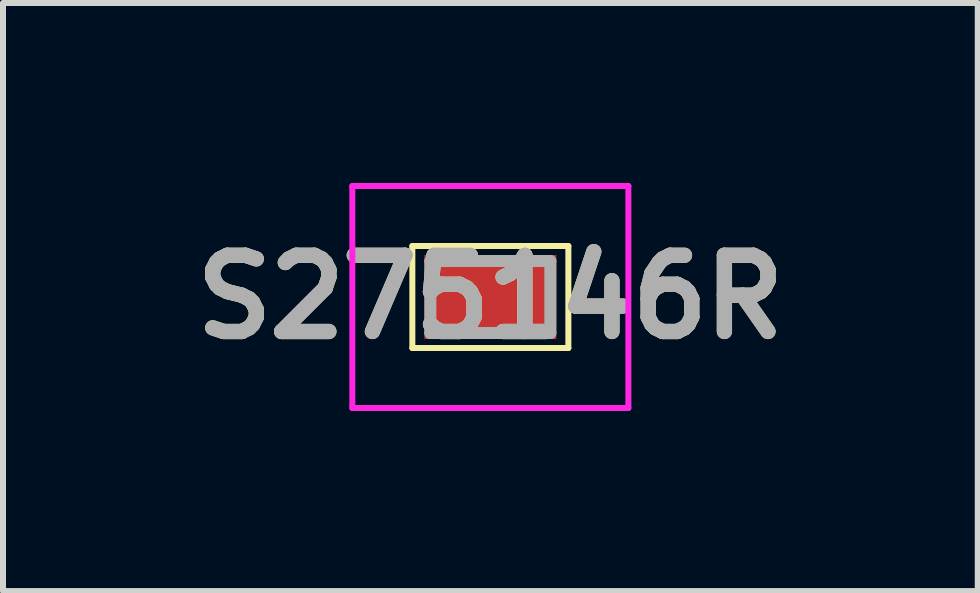
<source format=kicad_pcb>
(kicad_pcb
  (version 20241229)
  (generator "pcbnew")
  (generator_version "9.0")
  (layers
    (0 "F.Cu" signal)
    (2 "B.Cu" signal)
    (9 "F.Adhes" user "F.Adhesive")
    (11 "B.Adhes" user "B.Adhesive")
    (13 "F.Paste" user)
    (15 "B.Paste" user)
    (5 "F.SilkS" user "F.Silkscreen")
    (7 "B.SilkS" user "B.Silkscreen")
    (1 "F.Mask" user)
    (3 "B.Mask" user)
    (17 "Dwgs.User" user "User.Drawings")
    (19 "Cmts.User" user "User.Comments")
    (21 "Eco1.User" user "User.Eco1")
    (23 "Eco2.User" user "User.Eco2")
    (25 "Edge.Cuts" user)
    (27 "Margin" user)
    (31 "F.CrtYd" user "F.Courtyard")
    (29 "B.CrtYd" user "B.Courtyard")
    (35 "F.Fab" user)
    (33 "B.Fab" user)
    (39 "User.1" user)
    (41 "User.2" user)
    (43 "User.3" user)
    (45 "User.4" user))
  (footprint "S275146R"
    (layer "F.Cu")
    (at 5.122 1.9)
    (property "Reference" "S275146R" (at 0 0 0) (layer "F.SilkS") (effects (font (size 1.27 1.27) (thickness 0.254))))
    (attr smd)
    (fp_line (start -1.3 -0.85) (end 1.3 -0.85) (stroke (width 0.1) (type solid)) (layer "F.SilkS"))
    (fp_line (start -1.3 0.85) (end -1.3 -0.85) (stroke (width 0.1) (type solid)) (layer "F.SilkS"))
    (fp_line (start 1.3 -0.85) (end 1.3 0.85) (stroke (width 0.1) (type solid)) (layer "F.SilkS"))
    (fp_line (start 1.3 0.85) (end -1.3 0.85) (stroke (width 0.1) (type solid)) (layer "F.SilkS"))
    (fp_line (start -2.3 -1.85) (end 2.3 -1.85) (stroke (width 0.1) (type solid)) (layer "F.CrtYd"))
    (fp_line (start -2.3 1.85) (end -2.3 -1.85) (stroke (width 0.1) (type solid)) (layer "F.CrtYd"))
    (fp_line (start 2.3 -1.85) (end 2.3 1.85) (stroke (width 0.1) (type solid)) (layer "F.CrtYd"))
    (fp_line (start 2.3 1.85) (end -2.3 1.85) (stroke (width 0.1) (type solid)) (layer "F.CrtYd"))
    (fp_line (start -1 -0.6) (end 1 -0.6) (stroke (width 0.2) (type solid)) (layer "F.Fab"))
    (fp_line (start -1 0.6) (end -1 -0.6) (stroke (width 0.2) (type solid)) (layer "F.Fab"))
    (fp_line (start 1 -0.6) (end 1 0.6) (stroke (width 0.2) (type solid)) (layer "F.Fab"))
    (fp_line (start 1 0.6) (end -1 0.6) (stroke (width 0.2) (type solid)) (layer "F.Fab"))
    (fp_text user "${REFERENCE}" (at 0 0 0) (layer "F.Fab") (effects (font (size 1.27 1.27) (thickness 0.254))))
    (pad "1" smd rect (at 0 0 90) (size 1.4 2.2) (layers "F.Cu" "F.Mask" "F.Paste")))
  (gr_rect
    (start -3 -3)
    (end 13.245 6.8)
    (stroke (width 0.1) (type default))
    (fill no)
    (layer "Edge.Cuts")))
</source>
